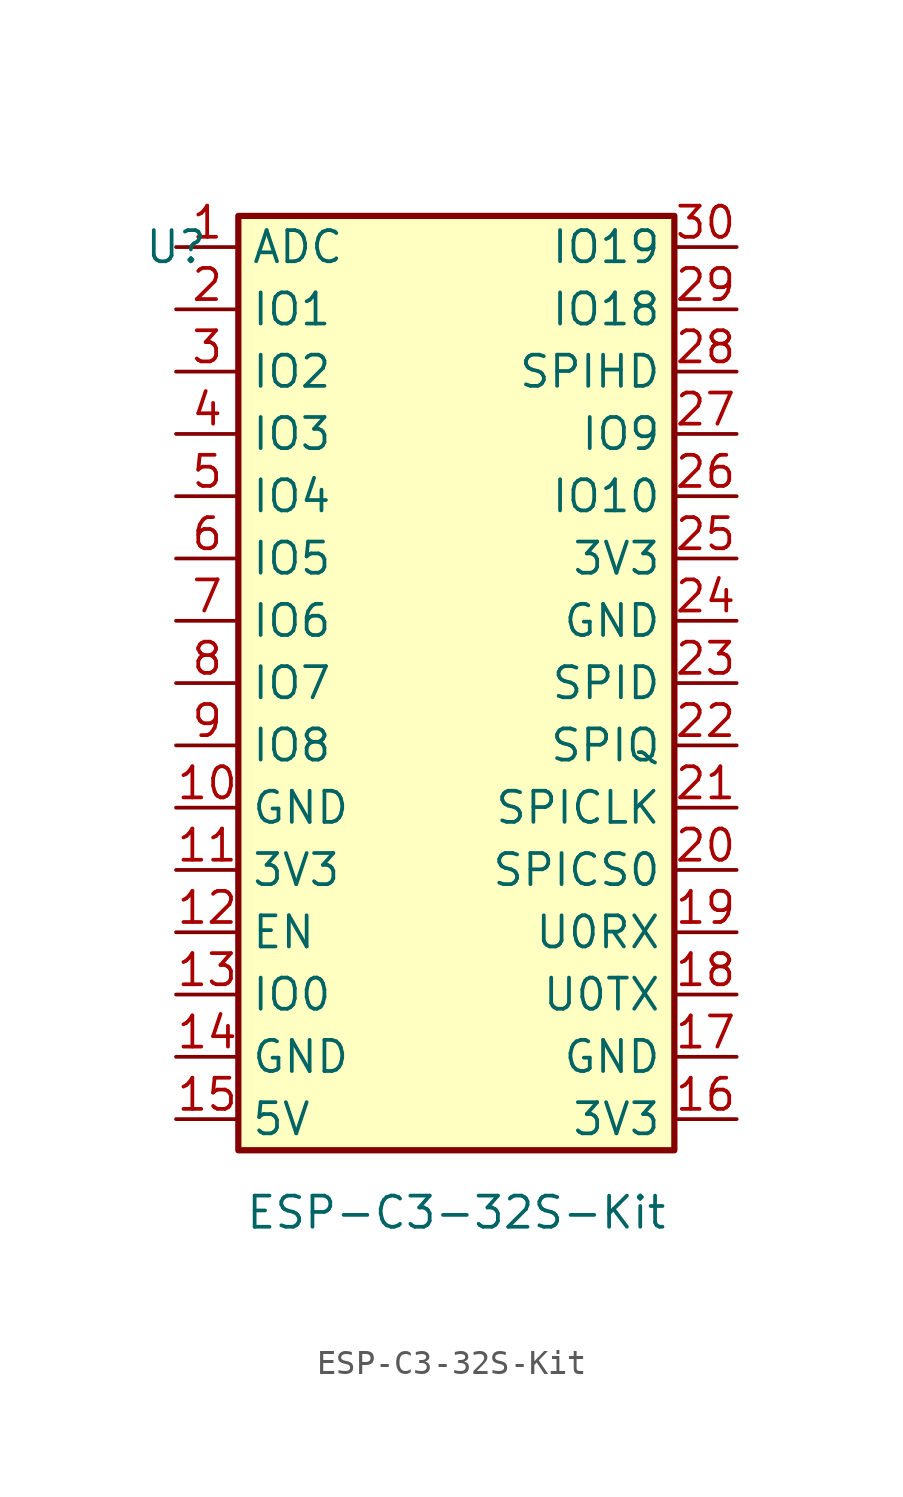
<source format=kicad_sym>
(kicad_symbol_lib
  (version 20211014)
  (generator kicad_symbol_editor)
  (symbol "ESP-C3-32S-Kit"
    (property "Reference" "U"
      (at 0 0 0)
      (effects (font (size 1.27 1.27))))
    (property "Value" "ESP-C3-32S-Kit"
      (at 11.43 -39.37 0)
      (effects (font (size 1.27 1.27))))
    (symbol "ESP-C3-32S-Kit_0_0"
      (pin input line (at 0 0 0) (length 2.54) (name "ADC" (effects (font (size 1.27 1.27)))) (number "1" (effects (font (size 1.27 1.27)))))
      (pin power_in line (at 0 -22.86 0) (length 2.54) (name "GND" (effects (font (size 1.27 1.27)))) (number "10" (effects (font (size 1.27 1.27)))))
      (pin power_out line (at 0 -25.4 0) (length 2.54) (name "3V3" (effects (font (size 1.27 1.27)))) (number "11" (effects (font (size 1.27 1.27)))))
      (pin input line (at 0 -27.94 0) (length 2.54) (name "EN" (effects (font (size 1.27 1.27)))) (number "12" (effects (font (size 1.27 1.27)))))
      (pin bidirectional line (at 0 -30.48 0) (length 2.54) (name "IO0" (effects (font (size 1.27 1.27)))) (number "13" (effects (font (size 1.27 1.27)))))
      (pin power_in line (at 0 -33.02 0) (length 2.54) (name "GND" (effects (font (size 1.27 1.27)))) (number "14" (effects (font (size 1.27 1.27)))))
      (pin power_in line (at 0 -35.56 0) (length 2.54) (name "5V" (effects (font (size 1.27 1.27)))) (number "15" (effects (font (size 1.27 1.27)))))
      (pin power_out line (at 22.86 -35.56 180) (length 2.54) (name "3V3" (effects (font (size 1.27 1.27)))) (number "16" (effects (font (size 1.27 1.27)))))
      (pin power_in line (at 22.86 -33.02 180) (length 2.54) (name "GND" (effects (font (size 1.27 1.27)))) (number "17" (effects (font (size 1.27 1.27)))))
      (pin bidirectional line (at 22.86 -30.48 180) (length 2.54) (name "U0TX" (effects (font (size 1.27 1.27)))) (number "18" (effects (font (size 1.27 1.27)))))
      (pin bidirectional line (at 22.86 -27.94 180) (length 2.54) (name "U0RX" (effects (font (size 1.27 1.27)))) (number "19" (effects (font (size 1.27 1.27)))))
      (pin bidirectional line (at 0 -2.54 0) (length 2.54) (name "IO1" (effects (font (size 1.27 1.27)))) (number "2" (effects (font (size 1.27 1.27)))))
      (pin bidirectional line (at 22.86 -25.4 180) (length 2.54) (name "SPICS0" (effects (font (size 1.27 1.27)))) (number "20" (effects (font (size 1.27 1.27)))))
      (pin bidirectional line (at 22.86 -22.86 180) (length 2.54) (name "SPICLK" (effects (font (size 1.27 1.27)))) (number "21" (effects (font (size 1.27 1.27)))))
      (pin bidirectional line (at 22.86 -20.32 180) (length 2.54) (name "SPIQ" (effects (font (size 1.27 1.27)))) (number "22" (effects (font (size 1.27 1.27)))))
      (pin bidirectional line (at 22.86 -17.78 180) (length 2.54) (name "SPID" (effects (font (size 1.27 1.27)))) (number "23" (effects (font (size 1.27 1.27)))))
      (pin power_out line (at 22.86 -15.24 180) (length 2.54) (name "GND" (effects (font (size 1.27 1.27)))) (number "24" (effects (font (size 1.27 1.27)))))
      (pin power_out line (at 22.86 -12.7 180) (length 2.54) (name "3V3" (effects (font (size 1.27 1.27)))) (number "25" (effects (font (size 1.27 1.27)))))
      (pin bidirectional line (at 22.86 -10.16 180) (length 2.54) (name "IO10" (effects (font (size 1.27 1.27)))) (number "26" (effects (font (size 1.27 1.27)))))
      (pin bidirectional line (at 22.86 -7.62 180) (length 2.54) (name "IO9" (effects (font (size 1.27 1.27)))) (number "27" (effects (font (size 1.27 1.27)))))
      (pin bidirectional line (at 22.86 -5.08 180) (length 2.54) (name "SPIHD" (effects (font (size 1.27 1.27)))) (number "28" (effects (font (size 1.27 1.27)))))
      (pin bidirectional line (at 22.86 -2.54 180) (length 2.54) (name "IO18" (effects (font (size 1.27 1.27)))) (number "29" (effects (font (size 1.27 1.27)))))
      (pin bidirectional line (at 0 -5.08 0) (length 2.54) (name "IO2" (effects (font (size 1.27 1.27)))) (number "3" (effects (font (size 1.27 1.27)))))
      (pin bidirectional line (at 22.86 0 180) (length 2.54) (name "IO19" (effects (font (size 1.27 1.27)))) (number "30" (effects (font (size 1.27 1.27)))))
      (pin bidirectional line (at 0 -7.62 0) (length 2.54) (name "IO3" (effects (font (size 1.27 1.27)))) (number "4" (effects (font (size 1.27 1.27)))))
      (pin bidirectional line (at 0 -10.16 0) (length 2.54) (name "IO4" (effects (font (size 1.27 1.27)))) (number "5" (effects (font (size 1.27 1.27)))))
      (pin bidirectional line (at 0 -12.7 0) (length 2.54) (name "IO5" (effects (font (size 1.27 1.27)))) (number "6" (effects (font (size 1.27 1.27)))))
      (pin bidirectional line (at 0 -15.24 0) (length 2.54) (name "IO6" (effects (font (size 1.27 1.27)))) (number "7" (effects (font (size 1.27 1.27)))))
      (pin bidirectional line (at 0 -17.78 0) (length 2.54) (name "IO7" (effects (font (size 1.27 1.27)))) (number "8" (effects (font (size 1.27 1.27)))))
      (pin bidirectional line (at 0 -20.32 0) (length 2.54) (name "IO8" (effects (font (size 1.27 1.27)))) (number "9" (effects (font (size 1.27 1.27))))))
    (symbol "ESP-C3-32S-Kit_1_1"
      (rectangle (start 2.54 1.27) (end 20.32 -36.83) (stroke (width 0.254) (type default) (color 0 0 0 0)) (fill (type background))))))
</source>
